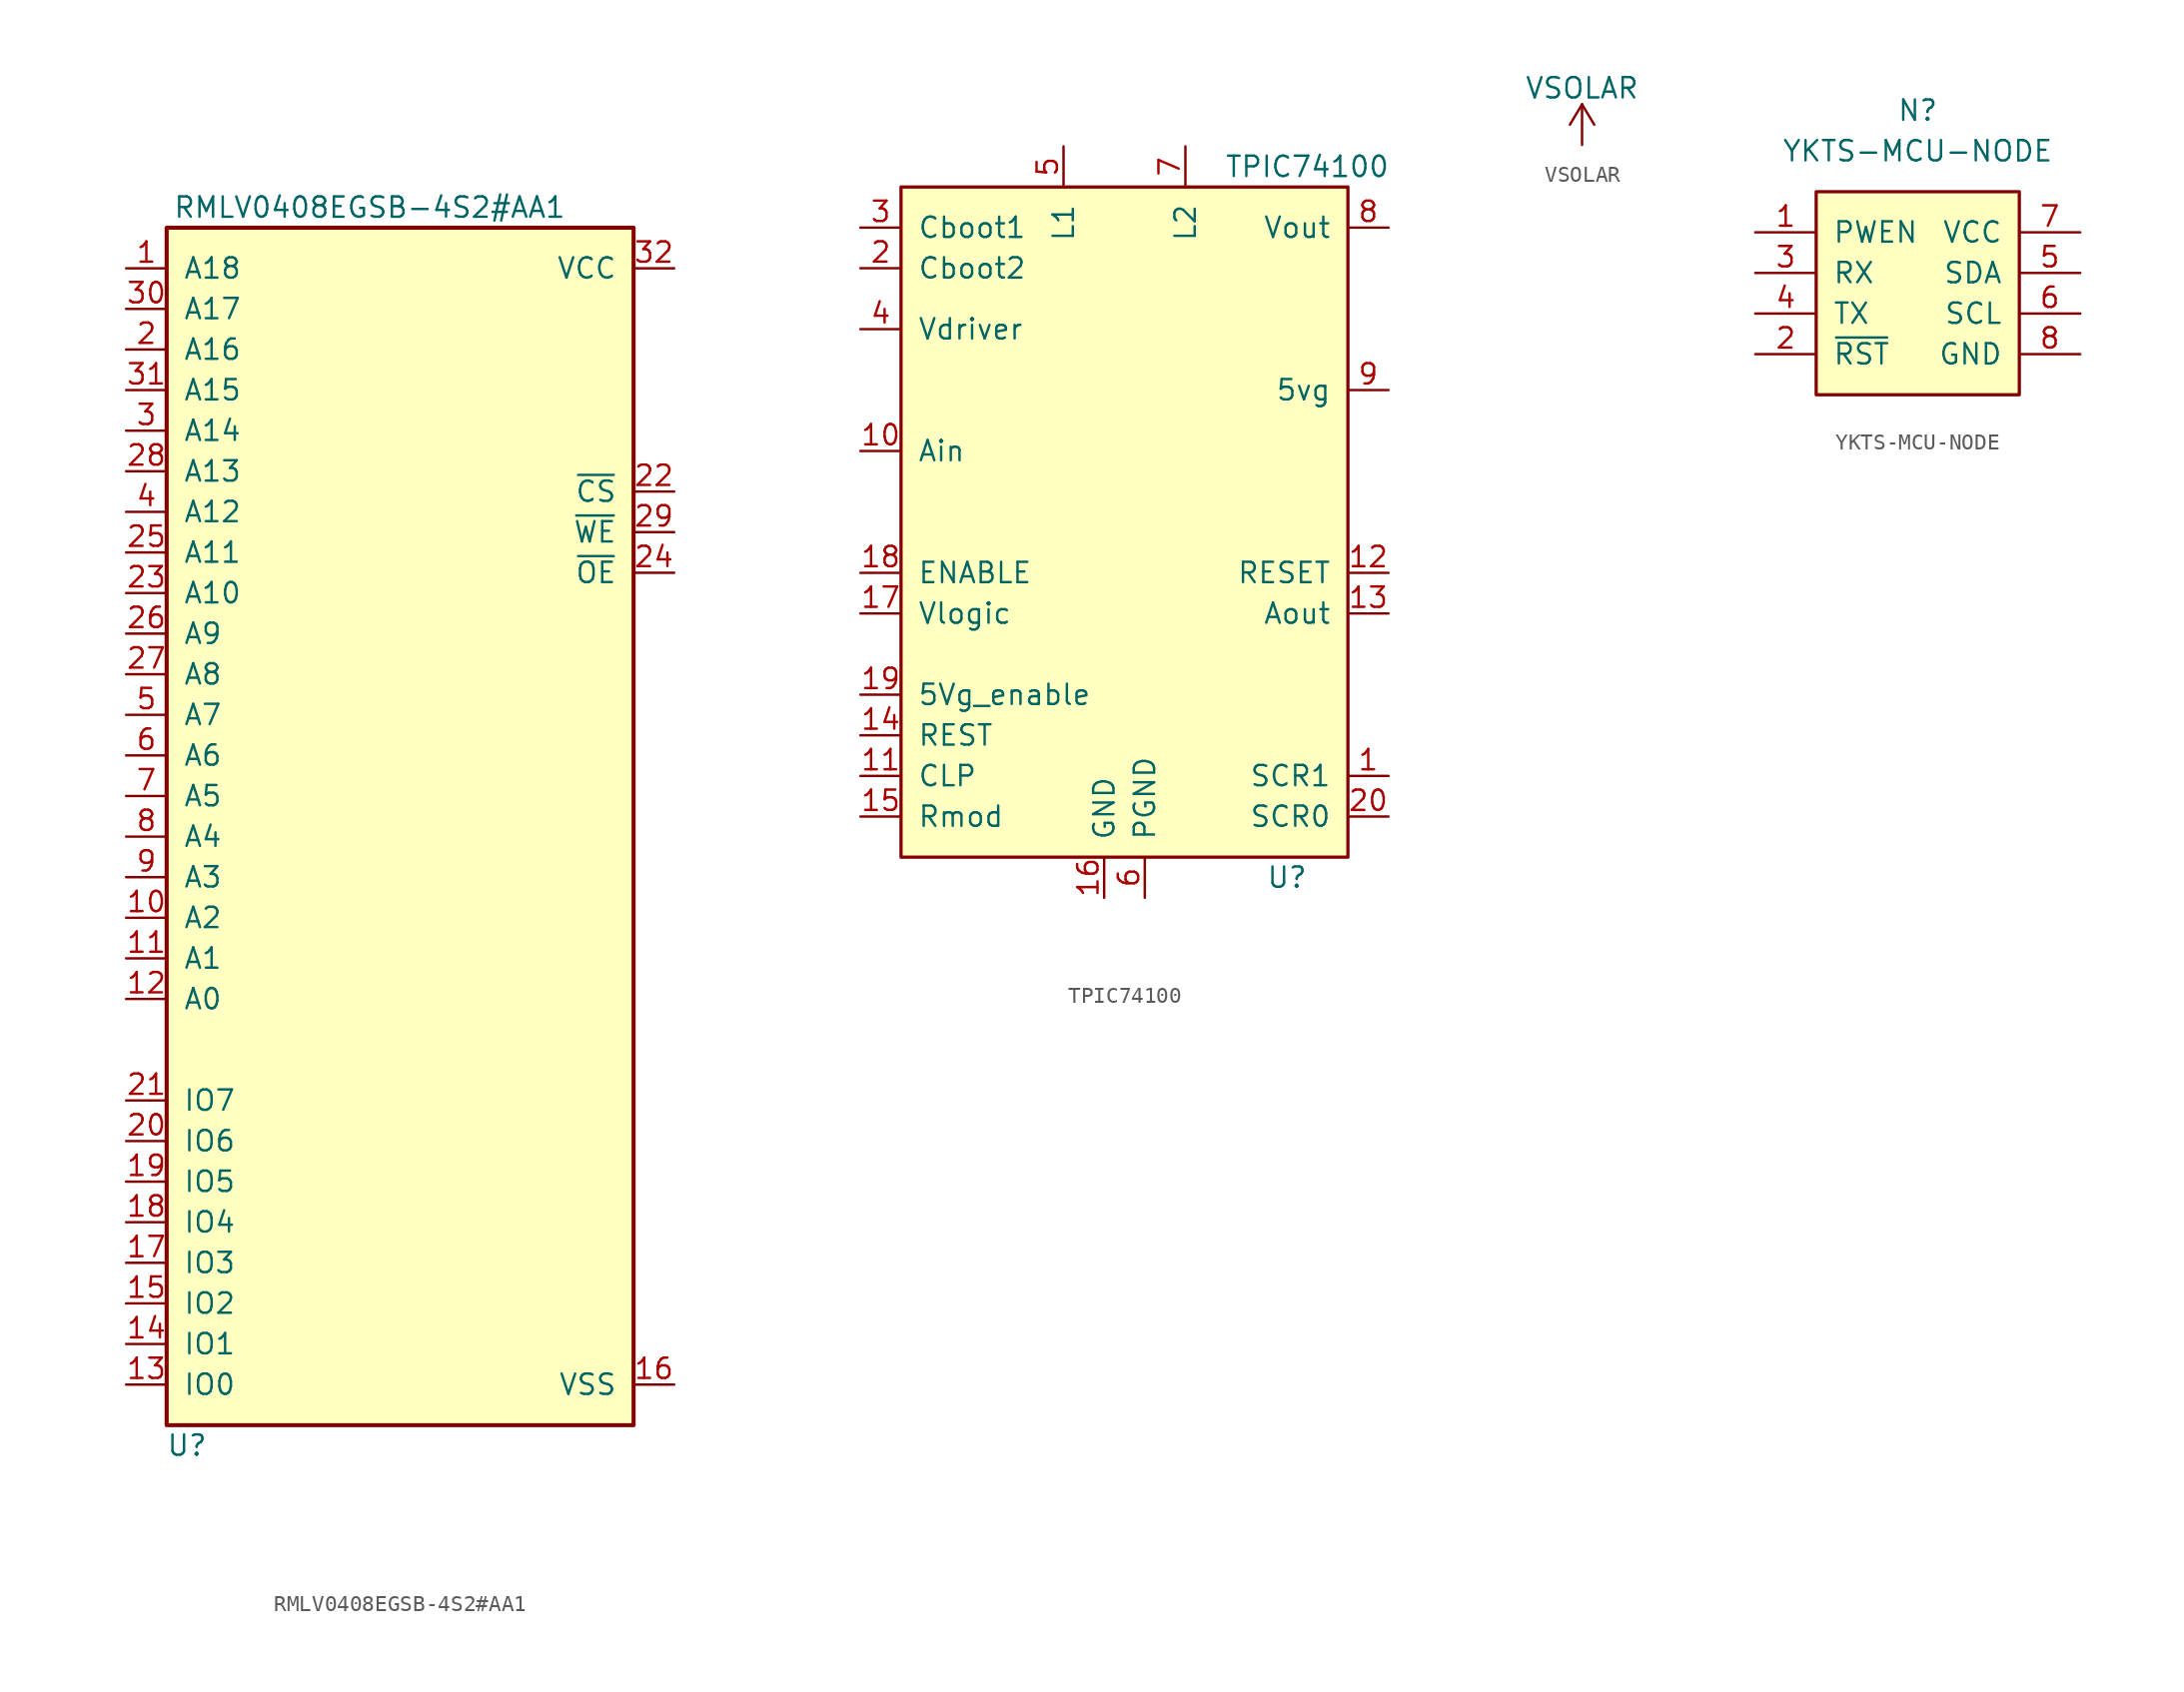
<source format=kicad_sym>
(kicad_symbol_lib
  (version 20211014)
  (generator kicad_symbol_editor)
  (symbol "RMLV0408EGSB-4S2#AA1"
    (pin_names
      (offset 1.016))
    (property "Reference" "U"
      (at 1.27 -1.27 0)
      (effects (font (size 1.27 1.27))))
    (property "Value" "RMLV0408EGSB-4S2#AA1"
      (at 12.7 76.2 0)
      (effects (font (size 1.27 1.27))))
    (symbol "RMLV0408EGSB-4S2#AA1_0_1"
      (rectangle (start 0 0) (end 29.21 74.93) (stroke (width 0.254) (type default) (color 0 0 0 0)) (fill (type background))))
    (symbol "RMLV0408EGSB-4S2#AA1_1_1"
      (pin input line (at -2.54 72.39 0) (length 2.54) (name "A18" (effects (font (size 1.27 1.27)))) (number "1" (effects (font (size 1.27 1.27)))))
      (pin input line (at -2.54 31.75 0) (length 2.54) (name "A2" (effects (font (size 1.27 1.27)))) (number "10" (effects (font (size 1.27 1.27)))))
      (pin input line (at -2.54 29.21 0) (length 2.54) (name "A1" (effects (font (size 1.27 1.27)))) (number "11" (effects (font (size 1.27 1.27)))))
      (pin input line (at -2.54 26.67 0) (length 2.54) (name "A0" (effects (font (size 1.27 1.27)))) (number "12" (effects (font (size 1.27 1.27)))))
      (pin bidirectional line (at -2.54 2.54 0) (length 2.54) (name "IO0" (effects (font (size 1.27 1.27)))) (number "13" (effects (font (size 1.27 1.27)))))
      (pin bidirectional line (at -2.54 5.08 0) (length 2.54) (name "IO1" (effects (font (size 1.27 1.27)))) (number "14" (effects (font (size 1.27 1.27)))))
      (pin bidirectional line (at -2.54 7.62 0) (length 2.54) (name "IO2" (effects (font (size 1.27 1.27)))) (number "15" (effects (font (size 1.27 1.27)))))
      (pin power_out line (at 31.75 2.54 180) (length 2.54) (name "VSS" (effects (font (size 1.27 1.27)))) (number "16" (effects (font (size 1.27 1.27)))))
      (pin bidirectional line (at -2.54 10.16 0) (length 2.54) (name "IO3" (effects (font (size 1.27 1.27)))) (number "17" (effects (font (size 1.27 1.27)))))
      (pin bidirectional line (at -2.54 12.7 0) (length 2.54) (name "IO4" (effects (font (size 1.27 1.27)))) (number "18" (effects (font (size 1.27 1.27)))))
      (pin bidirectional line (at -2.54 15.24 0) (length 2.54) (name "IO5" (effects (font (size 1.27 1.27)))) (number "19" (effects (font (size 1.27 1.27)))))
      (pin input line (at -2.54 67.31 0) (length 2.54) (name "A16" (effects (font (size 1.27 1.27)))) (number "2" (effects (font (size 1.27 1.27)))))
      (pin bidirectional line (at -2.54 17.78 0) (length 2.54) (name "IO6" (effects (font (size 1.27 1.27)))) (number "20" (effects (font (size 1.27 1.27)))))
      (pin bidirectional line (at -2.54 20.32 0) (length 2.54) (name "IO7" (effects (font (size 1.27 1.27)))) (number "21" (effects (font (size 1.27 1.27)))))
      (pin input line (at 31.75 58.42 180) (length 2.54) (name "~{CS}" (effects (font (size 1.27 1.27)))) (number "22" (effects (font (size 1.27 1.27)))))
      (pin input line (at -2.54 52.07 0) (length 2.54) (name "A10" (effects (font (size 1.27 1.27)))) (number "23" (effects (font (size 1.27 1.27)))))
      (pin input line (at 31.75 53.34 180) (length 2.54) (name "~{OE}" (effects (font (size 1.27 1.27)))) (number "24" (effects (font (size 1.27 1.27)))))
      (pin input line (at -2.54 54.61 0) (length 2.54) (name "A11" (effects (font (size 1.27 1.27)))) (number "25" (effects (font (size 1.27 1.27)))))
      (pin input line (at -2.54 49.53 0) (length 2.54) (name "A9" (effects (font (size 1.27 1.27)))) (number "26" (effects (font (size 1.27 1.27)))))
      (pin input line (at -2.54 46.99 0) (length 2.54) (name "A8" (effects (font (size 1.27 1.27)))) (number "27" (effects (font (size 1.27 1.27)))))
      (pin input line (at -2.54 59.69 0) (length 2.54) (name "A13" (effects (font (size 1.27 1.27)))) (number "28" (effects (font (size 1.27 1.27)))))
      (pin input line (at 31.75 55.88 180) (length 2.54) (name "~{WE}" (effects (font (size 1.27 1.27)))) (number "29" (effects (font (size 1.27 1.27)))))
      (pin input line (at -2.54 62.23 0) (length 2.54) (name "A14" (effects (font (size 1.27 1.27)))) (number "3" (effects (font (size 1.27 1.27)))))
      (pin input line (at -2.54 69.85 0) (length 2.54) (name "A17" (effects (font (size 1.27 1.27)))) (number "30" (effects (font (size 1.27 1.27)))))
      (pin input line (at -2.54 64.77 0) (length 2.54) (name "A15" (effects (font (size 1.27 1.27)))) (number "31" (effects (font (size 1.27 1.27)))))
      (pin power_in line (at 31.75 72.39 180) (length 2.54) (name "VCC" (effects (font (size 1.27 1.27)))) (number "32" (effects (font (size 1.27 1.27)))))
      (pin input line (at -2.54 57.15 0) (length 2.54) (name "A12" (effects (font (size 1.27 1.27)))) (number "4" (effects (font (size 1.27 1.27)))))
      (pin input line (at -2.54 44.45 0) (length 2.54) (name "A7" (effects (font (size 1.27 1.27)))) (number "5" (effects (font (size 1.27 1.27)))))
      (pin input line (at -2.54 41.91 0) (length 2.54) (name "A6" (effects (font (size 1.27 1.27)))) (number "6" (effects (font (size 1.27 1.27)))))
      (pin input line (at -2.54 39.37 0) (length 2.54) (name "A5" (effects (font (size 1.27 1.27)))) (number "7" (effects (font (size 1.27 1.27)))))
      (pin input line (at -2.54 36.83 0) (length 2.54) (name "A4" (effects (font (size 1.27 1.27)))) (number "8" (effects (font (size 1.27 1.27)))))
      (pin input line (at -2.54 34.29 0) (length 2.54) (name "A3" (effects (font (size 1.27 1.27)))) (number "9" (effects (font (size 1.27 1.27)))))))
  (symbol "TPIC74100"
    (pin_names
      (offset 1.016))
    (property "Reference" "U"
      (at 24.13 -1.27 0)
      (effects (font (size 1.27 1.27))))
    (property "Value" "TPIC74100"
      (at 25.4 43.18 0)
      (effects (font (size 1.27 1.27))))
    (symbol "TPIC74100_0_1"
      (rectangle (start 0 0) (end 27.94 41.91) (stroke (width 0.203) (type default) (color 0 0 0 0)) (fill (type background))))
    (symbol "TPIC74100_1_1"
      (pin input line (at 30.48 5.08 180) (length 2.54) (name "SCR1" (effects (font (size 1.27 1.27)))) (number "1" (effects (font (size 1.27 1.27)))))
      (pin input line (at -2.54 25.4 0) (length 2.54) (name "Ain" (effects (font (size 1.27 1.27)))) (number "10" (effects (font (size 1.27 1.27)))))
      (pin input line (at -2.54 5.08 0) (length 2.54) (name "CLP" (effects (font (size 1.27 1.27)))) (number "11" (effects (font (size 1.27 1.27)))))
      (pin input line (at 30.48 17.78 180) (length 2.54) (name "RESET" (effects (font (size 1.27 1.27)))) (number "12" (effects (font (size 1.27 1.27)))))
      (pin input line (at 30.48 15.24 180) (length 2.54) (name "Aout" (effects (font (size 1.27 1.27)))) (number "13" (effects (font (size 1.27 1.27)))))
      (pin input line (at -2.54 7.62 0) (length 2.54) (name "REST" (effects (font (size 1.27 1.27)))) (number "14" (effects (font (size 1.27 1.27)))))
      (pin input line (at -2.54 2.54 0) (length 2.54) (name "Rmod" (effects (font (size 1.27 1.27)))) (number "15" (effects (font (size 1.27 1.27)))))
      (pin power_out line (at 12.7 -2.54 90) (length 2.54) (name "GND" (effects (font (size 1.27 1.27)))) (number "16" (effects (font (size 1.27 1.27)))))
      (pin input line (at -2.54 15.24 0) (length 2.54) (name "Vlogic" (effects (font (size 1.27 1.27)))) (number "17" (effects (font (size 1.27 1.27)))))
      (pin input line (at -2.54 17.78 0) (length 2.54) (name "ENABLE" (effects (font (size 1.27 1.27)))) (number "18" (effects (font (size 1.27 1.27)))))
      (pin input line (at -2.54 10.16 0) (length 2.54) (name "5Vg_enable" (effects (font (size 1.27 1.27)))) (number "19" (effects (font (size 1.27 1.27)))))
      (pin input line (at -2.54 36.83 0) (length 2.54) (name "Cboot2" (effects (font (size 1.27 1.27)))) (number "2" (effects (font (size 1.27 1.27)))))
      (pin input line (at 30.48 2.54 180) (length 2.54) (name "SCR0" (effects (font (size 1.27 1.27)))) (number "20" (effects (font (size 1.27 1.27)))))
      (pin input line (at -2.54 39.37 0) (length 2.54) (name "Cboot1" (effects (font (size 1.27 1.27)))) (number "3" (effects (font (size 1.27 1.27)))))
      (pin power_in line (at -2.54 33.02 0) (length 2.54) (name "Vdriver" (effects (font (size 1.27 1.27)))) (number "4" (effects (font (size 1.27 1.27)))))
      (pin output line (at 10.16 44.45 270) (length 2.54) (name "L1" (effects (font (size 1.27 1.27)))) (number "5" (effects (font (size 1.27 1.27)))))
      (pin power_out line (at 15.24 -2.54 90) (length 2.54) (name "PGND" (effects (font (size 1.27 1.27)))) (number "6" (effects (font (size 1.27 1.27)))))
      (pin output line (at 17.78 44.45 270) (length 2.54) (name "L2" (effects (font (size 1.27 1.27)))) (number "7" (effects (font (size 1.27 1.27)))))
      (pin power_out line (at 30.48 39.37 180) (length 2.54) (name "Vout" (effects (font (size 1.27 1.27)))) (number "8" (effects (font (size 1.27 1.27)))))
      (pin output line (at 30.48 29.21 180) (length 2.54) (name "5vg" (effects (font (size 1.27 1.27)))) (number "9" (effects (font (size 1.27 1.27)))))))
  (symbol "VSOLAR"
    (power)
    (pin_names
      (offset 0))
    (property "Reference" "#PWR"
      (at 0 -3.81 0)
      (effects (font (size 1.27 1.27)) hide))
    (property "Value" "VSOLAR"
      (at 0 3.556 0)
      (effects (font (size 1.27 1.27))))
    (symbol "VSOLAR_0_1"
      (polyline (pts (xy -0.762 1.27) (xy 0 2.54)) (stroke (width 0) (type default) (color 0 0 0 0)) (fill (type none)))
      (polyline (pts (xy 0 0) (xy 0 2.54)) (stroke (width 0) (type default) (color 0 0 0 0)) (fill (type none)))
      (polyline (pts (xy 0 2.54) (xy 0.762 1.27)) (stroke (width 0) (type default) (color 0 0 0 0)) (fill (type none))))
    (symbol "VSOLAR_1_1"
      (pin power_in line (at 0 0 90) (length 0) hide (name "VSOLAR" (effects (font (size 1.27 1.27)))) (number "1" (effects (font (size 1.27 1.27)))))))
  (symbol "YKTS-MCU-NODE"
    (pin_names
      (offset 1.016))
    (property "Reference" "N"
      (at 0 8.89 0)
      (effects (font (size 1.27 1.27))))
    (property "Value" "YKTS-MCU-NODE"
      (at 0 6.35 0)
      (effects (font (size 1.27 1.27))))
    (symbol "YKTS-MCU-NODE_0_1"
      (rectangle (start -6.35 3.81) (end 6.35 -8.89) (stroke (width 0.203) (type default) (color 0 0 0 0)) (fill (type background))))
    (symbol "YKTS-MCU-NODE_1_1"
      (pin input line (at -10.16 1.27 0) (length 3.81) (name "PWEN" (effects (font (size 1.27 1.27)))) (number "1" (effects (font (size 1.27 1.27)))))
      (pin output line (at -10.16 -6.35 0) (length 3.81) (name "~{RST}" (effects (font (size 1.27 1.27)))) (number "2" (effects (font (size 1.27 1.27)))))
      (pin input line (at -10.16 -1.27 0) (length 3.81) (name "RX" (effects (font (size 1.27 1.27)))) (number "3" (effects (font (size 1.27 1.27)))))
      (pin input line (at -10.16 -3.81 0) (length 3.81) (name "TX" (effects (font (size 1.27 1.27)))) (number "4" (effects (font (size 1.27 1.27)))))
      (pin bidirectional line (at 10.16 -1.27 180) (length 3.81) (name "SDA" (effects (font (size 1.27 1.27)))) (number "5" (effects (font (size 1.27 1.27)))))
      (pin bidirectional line (at 10.16 -3.81 180) (length 3.81) (name "SCL" (effects (font (size 1.27 1.27)))) (number "6" (effects (font (size 1.27 1.27)))))
      (pin power_in line (at 10.16 1.27 180) (length 3.81) (name "VCC" (effects (font (size 1.27 1.27)))) (number "7" (effects (font (size 1.27 1.27)))))
      (pin power_in line (at 10.16 -6.35 180) (length 3.81) (name "GND" (effects (font (size 1.27 1.27)))) (number "8" (effects (font (size 1.27 1.27))))))))
</source>
